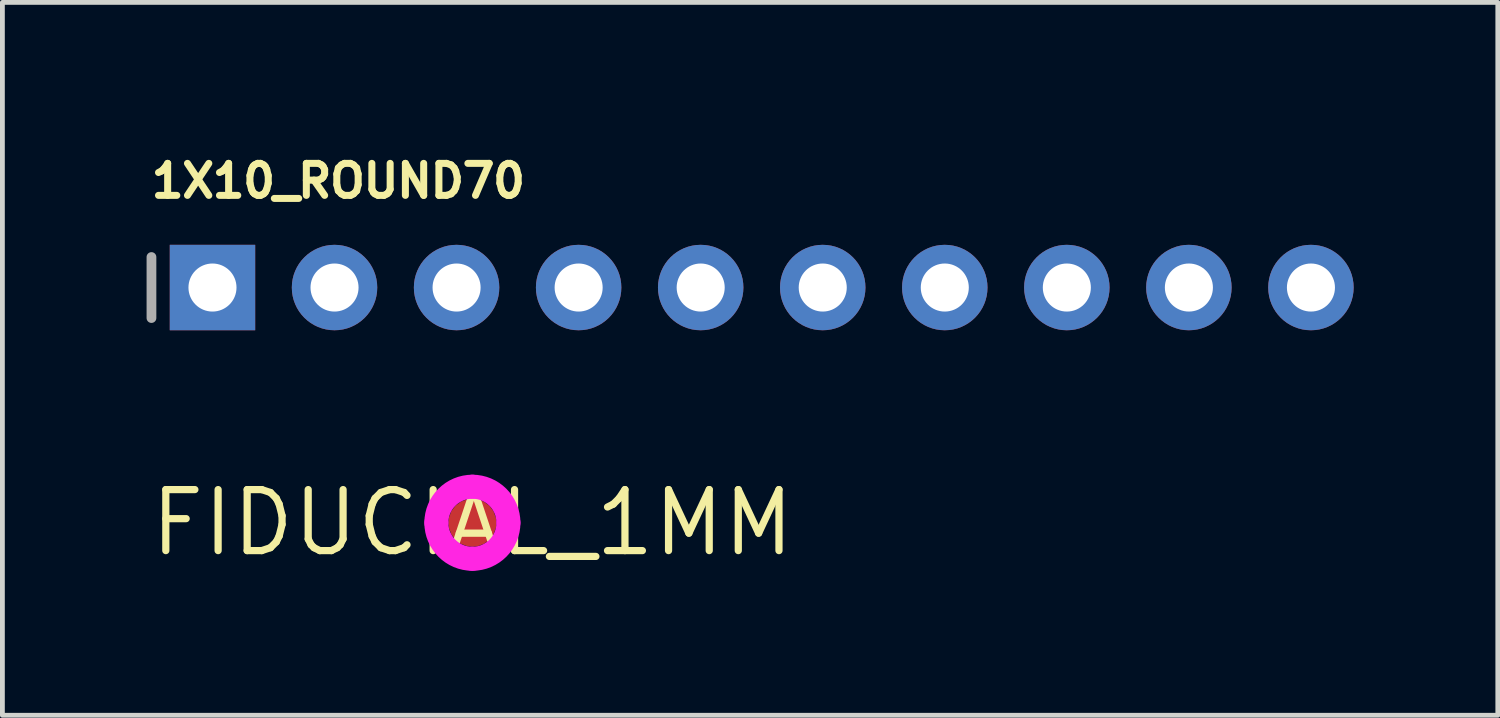
<source format=kicad_pcb>
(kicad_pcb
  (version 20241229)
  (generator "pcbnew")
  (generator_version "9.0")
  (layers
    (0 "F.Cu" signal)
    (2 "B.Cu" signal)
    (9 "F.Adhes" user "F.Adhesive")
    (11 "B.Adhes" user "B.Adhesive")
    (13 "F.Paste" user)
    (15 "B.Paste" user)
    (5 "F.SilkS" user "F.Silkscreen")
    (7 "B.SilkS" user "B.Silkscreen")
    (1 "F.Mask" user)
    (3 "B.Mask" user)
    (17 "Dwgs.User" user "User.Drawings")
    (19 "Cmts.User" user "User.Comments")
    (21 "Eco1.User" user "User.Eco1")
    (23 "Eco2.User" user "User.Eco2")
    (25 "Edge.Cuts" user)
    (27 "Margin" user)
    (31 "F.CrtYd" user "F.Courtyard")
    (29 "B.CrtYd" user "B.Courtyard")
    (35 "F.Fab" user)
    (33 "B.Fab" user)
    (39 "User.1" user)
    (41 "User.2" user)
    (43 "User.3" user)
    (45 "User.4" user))
  (footprint "FIDUCIAL_1MM"
    (layer "F.Cu")
    (at 6.781 7.829)
    (property "Reference" "FIDUCIAL_1MM" (at 0 0 0) (layer "F.SilkS") (effects (font (size 1.27 1.27) (thickness 0.15))))
    (fp_arc (start -0.75 0) (mid -0.53033 -0.53033) (end 0 -0.75) (stroke (width 0.5) (type solid)) (layer "F.Mask"))
    (fp_arc (start 0 -0.75) (mid 0.53033 -0.53033) (end 0.75 0) (stroke (width 0.5) (type solid)) (layer "F.Mask"))
    (fp_arc (start 0 0.75) (mid -0.53033 0.53033) (end -0.75 0) (stroke (width 0.5) (type solid)) (layer "F.Mask"))
    (fp_arc (start 0.75 0) (mid 0.53033 0.53033) (end 0 0.75) (stroke (width 0.5) (type solid)) (layer "F.Mask"))
    (fp_arc (start -0.75 0) (mid -0.53033 -0.53033) (end 0 -0.75) (stroke (width 0.5) (type solid)) (layer "F.CrtYd"))
    (fp_arc (start 0 -0.75) (mid 0.53033 -0.53033) (end 0.75 0) (stroke (width 0.5) (type solid)) (layer "F.CrtYd"))
    (fp_arc (start 0 0.75) (mid -0.53033 0.53033) (end -0.75 0) (stroke (width 0.5) (type solid)) (layer "F.CrtYd"))
    (fp_arc (start 0.75 0) (mid 0.53033 0.53033) (end 0 0.75) (stroke (width 0.5) (type solid)) (layer "F.CrtYd"))
    (pad "1" smd roundrect (at 0 0) (size 1 1) (layers "F.Cu" "F.Mask") (roundrect_rratio 0.5)))
  (footprint "1X10_ROUND70"
    (layer "F.Cu")
    (at 12.802 2.934)
    (property "Reference" "1X10_ROUND70" (at -12.776 -1.829 0) (layer "F.SilkS") (effects (font (size 0.666 0.666) (thickness 0.146)) (justify left bottom)))
    (fp_line (start -12.7 -0.635) (end -12.7 0.635) (stroke (width 0.203) (type solid)) (layer "F.Fab"))
    (fp_poly (pts (xy -11.684 0.254) (xy -11.176 0.254) (xy -11.176 -0.254) (xy -11.684 -0.254)) (stroke (width 0.1) (type solid)) (fill no) (layer "F.Fab"))
    (fp_poly (pts (xy -9.144 0.254) (xy -8.636 0.254) (xy -8.636 -0.254) (xy -9.144 -0.254)) (stroke (width 0.1) (type solid)) (fill no) (layer "F.Fab"))
    (fp_poly (pts (xy -6.604 0.254) (xy -6.096 0.254) (xy -6.096 -0.254) (xy -6.604 -0.254)) (stroke (width 0.1) (type solid)) (fill no) (layer "F.Fab"))
    (fp_poly (pts (xy -4.064 0.254) (xy -3.556 0.254) (xy -3.556 -0.254) (xy -4.064 -0.254)) (stroke (width 0.1) (type solid)) (fill no) (layer "F.Fab"))
    (fp_poly (pts (xy -1.524 0.254) (xy -1.016 0.254) (xy -1.016 -0.254) (xy -1.524 -0.254)) (stroke (width 0.1) (type solid)) (fill no) (layer "F.Fab"))
    (fp_poly (pts (xy 1.016 0.254) (xy 1.524 0.254) (xy 1.524 -0.254) (xy 1.016 -0.254)) (stroke (width 0.1) (type solid)) (fill no) (layer "F.Fab"))
    (fp_poly (pts (xy 3.556 0.254) (xy 4.064 0.254) (xy 4.064 -0.254) (xy 3.556 -0.254)) (stroke (width 0.1) (type solid)) (fill no) (layer "F.Fab"))
    (fp_poly (pts (xy 6.096 0.254) (xy 6.604 0.254) (xy 6.604 -0.254) (xy 6.096 -0.254)) (stroke (width 0.1) (type solid)) (fill no) (layer "F.Fab"))
    (fp_poly (pts (xy 8.636 0.254) (xy 9.144 0.254) (xy 9.144 -0.254) (xy 8.636 -0.254)) (stroke (width 0.1) (type solid)) (fill no) (layer "F.Fab"))
    (fp_poly (pts (xy 11.176 0.254) (xy 11.684 0.254) (xy 11.684 -0.254) (xy 11.176 -0.254)) (stroke (width 0.1) (type solid)) (fill no) (layer "F.Fab"))
    (pad "1" thru_hole rect (at -11.43 0 90) (size 1.778 1.778) (drill 1) (layers "*.Cu" "*.Mask"))
    (pad "2" thru_hole circle (at -8.89 0 90) (size 1.778 1.778) (drill 1) (layers "*.Cu" "*.Mask"))
    (pad "3" thru_hole circle (at -6.35 0 90) (size 1.778 1.778) (drill 1) (layers "*.Cu" "*.Mask"))
    (pad "4" thru_hole circle (at -3.81 0 90) (size 1.778 1.778) (drill 1) (layers "*.Cu" "*.Mask"))
    (pad "5" thru_hole circle (at -1.27 0 90) (size 1.778 1.778) (drill 1) (layers "*.Cu" "*.Mask"))
    (pad "6" thru_hole circle (at 1.27 0 90) (size 1.778 1.778) (drill 1) (layers "*.Cu" "*.Mask"))
    (pad "7" thru_hole circle (at 3.81 0 90) (size 1.778 1.778) (drill 1) (layers "*.Cu" "*.Mask"))
    (pad "8" thru_hole circle (at 6.35 0 90) (size 1.778 1.778) (drill 1) (layers "*.Cu" "*.Mask"))
    (pad "9" thru_hole circle (at 8.89 0 90) (size 1.778 1.778) (drill 1) (layers "*.Cu" "*.Mask"))
    (pad "10" thru_hole circle (at 11.43 0 90) (size 1.778 1.778) (drill 1) (layers "*.Cu" "*.Mask")))
  (gr_rect
    (start -3 -3)
    (end 28.121 11.836)
    (stroke (width 0.1) (type default))
    (fill no)
    (layer "Edge.Cuts")))
</source>
